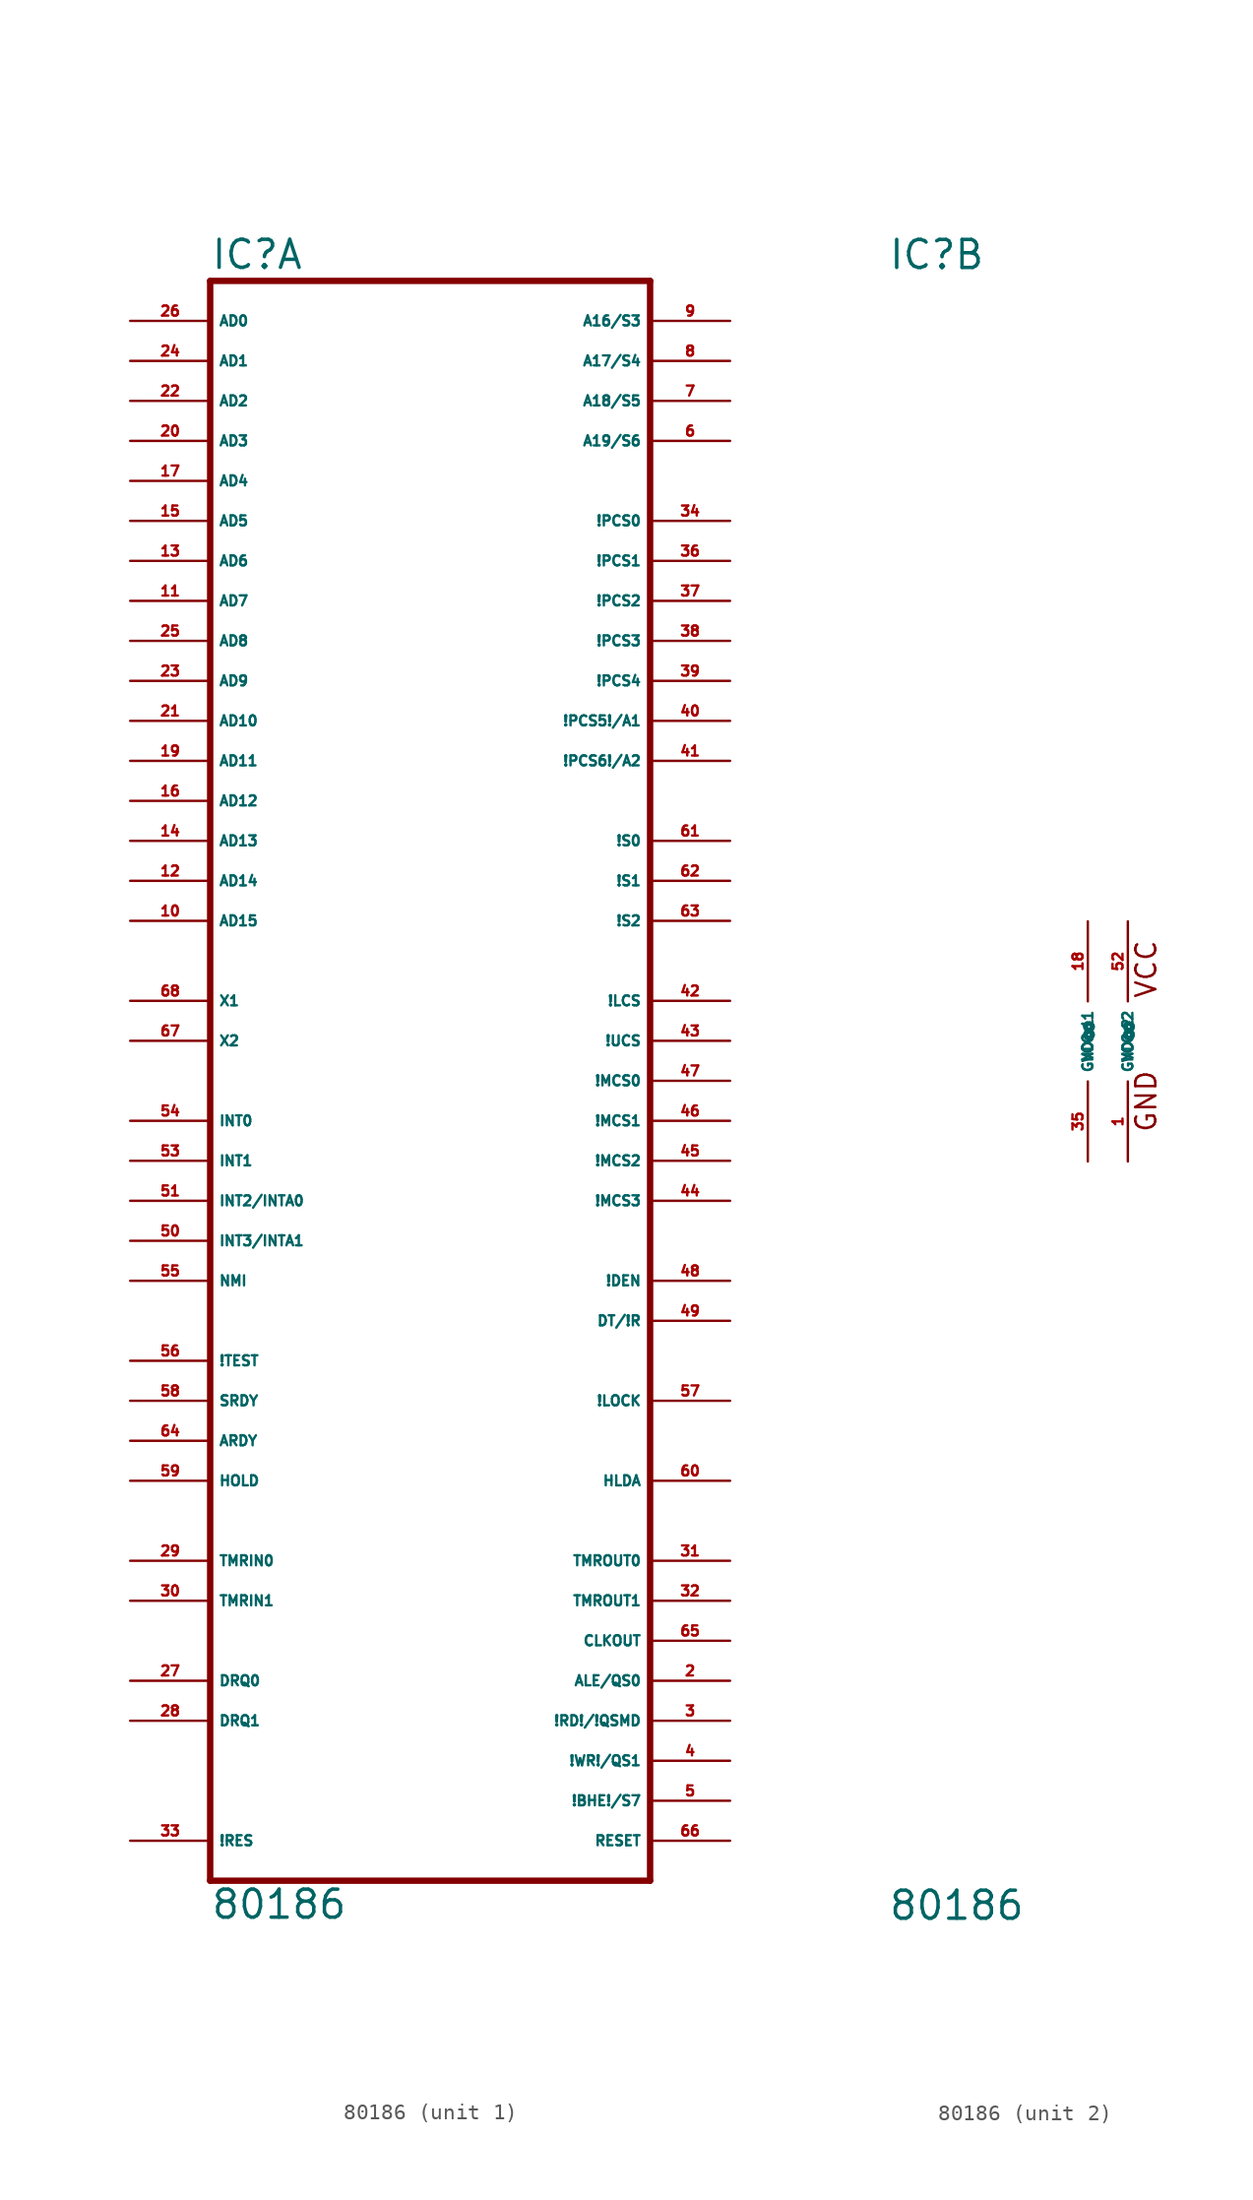
<source format=kicad_sym>
(kicad_symbol_lib
  (version 20220914)
  (generator Eagle2Kicad)
  (symbol "80186"
    (property "Reference" "IC"
      (at -15.24 48.895 0)
      (effects (font (size 1.778 1.778) (thickness 0.22)) (justify left bottom)))
    (property "Value" "80186"
      (at -15.24 -55.88 0)
      (effects (font (size 1.778 1.778) (thickness 0.22)) (justify left bottom)))
    (symbol "80186_1_0"
      (polyline (pts (xy 12.7 -53.34) (xy -15.24 -53.34)) (stroke (width 0.406) (type default)) (fill (type none)))
      (polyline (pts (xy -15.24 -53.34) (xy -15.24 48.26)) (stroke (width 0.406) (type default)) (fill (type none)))
      (polyline (pts (xy -15.24 48.26) (xy 12.7 48.26)) (stroke (width 0.406) (type default)) (fill (type none)))
      (polyline (pts (xy 12.7 48.26) (xy 12.7 -53.34)) (stroke (width 0.406) (type default)) (fill (type none)))
      (pin bidirectional line (at -20.32 45.72 0) (length 5.08) (name "AD0" (effects (font (size 0.635 0.635) (thickness 0.08)) (justify left bottom))) (number "26" (effects (font (size 0.635 0.635) (thickness 0.08)) (justify left bottom))))
      (pin bidirectional line (at -20.32 43.18 0) (length 5.08) (name "AD1" (effects (font (size 0.635 0.635) (thickness 0.08)) (justify left bottom))) (number "24" (effects (font (size 0.635 0.635) (thickness 0.08)) (justify left bottom))))
      (pin bidirectional line (at -20.32 40.64 0) (length 5.08) (name "AD2" (effects (font (size 0.635 0.635) (thickness 0.08)) (justify left bottom))) (number "22" (effects (font (size 0.635 0.635) (thickness 0.08)) (justify left bottom))))
      (pin bidirectional line (at -20.32 38.1 0) (length 5.08) (name "AD3" (effects (font (size 0.635 0.635) (thickness 0.08)) (justify left bottom))) (number "20" (effects (font (size 0.635 0.635) (thickness 0.08)) (justify left bottom))))
      (pin bidirectional line (at -20.32 35.56 0) (length 5.08) (name "AD4" (effects (font (size 0.635 0.635) (thickness 0.08)) (justify left bottom))) (number "17" (effects (font (size 0.635 0.635) (thickness 0.08)) (justify left bottom))))
      (pin bidirectional line (at -20.32 33.02 0) (length 5.08) (name "AD5" (effects (font (size 0.635 0.635) (thickness 0.08)) (justify left bottom))) (number "15" (effects (font (size 0.635 0.635) (thickness 0.08)) (justify left bottom))))
      (pin bidirectional line (at -20.32 30.48 0) (length 5.08) (name "AD6" (effects (font (size 0.635 0.635) (thickness 0.08)) (justify left bottom))) (number "13" (effects (font (size 0.635 0.635) (thickness 0.08)) (justify left bottom))))
      (pin bidirectional line (at -20.32 27.94 0) (length 5.08) (name "AD7" (effects (font (size 0.635 0.635) (thickness 0.08)) (justify left bottom))) (number "11" (effects (font (size 0.635 0.635) (thickness 0.08)) (justify left bottom))))
      (pin bidirectional line (at -20.32 25.4 0) (length 5.08) (name "AD8" (effects (font (size 0.635 0.635) (thickness 0.08)) (justify left bottom))) (number "25" (effects (font (size 0.635 0.635) (thickness 0.08)) (justify left bottom))))
      (pin bidirectional line (at -20.32 22.86 0) (length 5.08) (name "AD9" (effects (font (size 0.635 0.635) (thickness 0.08)) (justify left bottom))) (number "23" (effects (font (size 0.635 0.635) (thickness 0.08)) (justify left bottom))))
      (pin bidirectional line (at -20.32 20.32 0) (length 5.08) (name "AD10" (effects (font (size 0.635 0.635) (thickness 0.08)) (justify left bottom))) (number "21" (effects (font (size 0.635 0.635) (thickness 0.08)) (justify left bottom))))
      (pin bidirectional line (at -20.32 17.78 0) (length 5.08) (name "AD11" (effects (font (size 0.635 0.635) (thickness 0.08)) (justify left bottom))) (number "19" (effects (font (size 0.635 0.635) (thickness 0.08)) (justify left bottom))))
      (pin bidirectional line (at -20.32 15.24 0) (length 5.08) (name "AD12" (effects (font (size 0.635 0.635) (thickness 0.08)) (justify left bottom))) (number "16" (effects (font (size 0.635 0.635) (thickness 0.08)) (justify left bottom))))
      (pin bidirectional line (at -20.32 12.7 0) (length 5.08) (name "AD13" (effects (font (size 0.635 0.635) (thickness 0.08)) (justify left bottom))) (number "14" (effects (font (size 0.635 0.635) (thickness 0.08)) (justify left bottom))))
      (pin bidirectional line (at -20.32 10.16 0) (length 5.08) (name "AD14" (effects (font (size 0.635 0.635) (thickness 0.08)) (justify left bottom))) (number "12" (effects (font (size 0.635 0.635) (thickness 0.08)) (justify left bottom))))
      (pin bidirectional line (at -20.32 7.62 0) (length 5.08) (name "AD15" (effects (font (size 0.635 0.635) (thickness 0.08)) (justify left bottom))) (number "10" (effects (font (size 0.635 0.635) (thickness 0.08)) (justify left bottom))))
      (pin bidirectional line (at -20.32 -33.02 0) (length 5.08) (name "TMRIN0" (effects (font (size 0.635 0.635) (thickness 0.08)) (justify left bottom))) (number "29" (effects (font (size 0.635 0.635) (thickness 0.08)) (justify left bottom))))
      (pin bidirectional line (at -20.32 -35.56 0) (length 5.08) (name "TMRIN1" (effects (font (size 0.635 0.635) (thickness 0.08)) (justify left bottom))) (number "30" (effects (font (size 0.635 0.635) (thickness 0.08)) (justify left bottom))))
      (pin output line (at 17.78 -33.02 180) (length 5.08) (name "TMROUT0" (effects (font (size 0.635 0.635) (thickness 0.08)) (justify left bottom))) (number "31" (effects (font (size 0.635 0.635) (thickness 0.08)) (justify left bottom))))
      (pin output line (at 17.78 -35.56 180) (length 5.08) (name "TMROUT1" (effects (font (size 0.635 0.635) (thickness 0.08)) (justify left bottom))) (number "32" (effects (font (size 0.635 0.635) (thickness 0.08)) (justify left bottom))))
      (pin input line (at -20.32 -40.64 0) (length 5.08) (name "DRQ0" (effects (font (size 0.635 0.635) (thickness 0.08)) (justify left bottom))) (number "27" (effects (font (size 0.635 0.635) (thickness 0.08)) (justify left bottom))))
      (pin input line (at -20.32 -43.18 0) (length 5.08) (name "DRQ1" (effects (font (size 0.635 0.635) (thickness 0.08)) (justify left bottom))) (number "28" (effects (font (size 0.635 0.635) (thickness 0.08)) (justify left bottom))))
      (pin output line (at 17.78 45.72 180) (length 5.08) (name "A16/S3" (effects (font (size 0.635 0.635) (thickness 0.08)) (justify left bottom))) (number "9" (effects (font (size 0.635 0.635) (thickness 0.08)) (justify left bottom))))
      (pin output line (at 17.78 43.18 180) (length 5.08) (name "A17/S4" (effects (font (size 0.635 0.635) (thickness 0.08)) (justify left bottom))) (number "8" (effects (font (size 0.635 0.635) (thickness 0.08)) (justify left bottom))))
      (pin output line (at 17.78 40.64 180) (length 5.08) (name "A18/S5" (effects (font (size 0.635 0.635) (thickness 0.08)) (justify left bottom))) (number "7" (effects (font (size 0.635 0.635) (thickness 0.08)) (justify left bottom))))
      (pin output line (at 17.78 38.1 180) (length 5.08) (name "A19/S6" (effects (font (size 0.635 0.635) (thickness 0.08)) (justify left bottom))) (number "6" (effects (font (size 0.635 0.635) (thickness 0.08)) (justify left bottom))))
      (pin input line (at -20.32 -50.8 0) (length 5.08) (name "!RES" (effects (font (size 0.635 0.635) (thickness 0.08)) (justify left bottom))) (number "33" (effects (font (size 0.635 0.635) (thickness 0.08)) (justify left bottom))))
      (pin output line (at 17.78 33.02 180) (length 5.08) (name "!PCS0" (effects (font (size 0.635 0.635) (thickness 0.08)) (justify left bottom))) (number "34" (effects (font (size 0.635 0.635) (thickness 0.08)) (justify left bottom))))
      (pin output line (at 17.78 30.48 180) (length 5.08) (name "!PCS1" (effects (font (size 0.635 0.635) (thickness 0.08)) (justify left bottom))) (number "36" (effects (font (size 0.635 0.635) (thickness 0.08)) (justify left bottom))))
      (pin output line (at 17.78 27.94 180) (length 5.08) (name "!PCS2" (effects (font (size 0.635 0.635) (thickness 0.08)) (justify left bottom))) (number "37" (effects (font (size 0.635 0.635) (thickness 0.08)) (justify left bottom))))
      (pin output line (at 17.78 25.4 180) (length 5.08) (name "!PCS3" (effects (font (size 0.635 0.635) (thickness 0.08)) (justify left bottom))) (number "38" (effects (font (size 0.635 0.635) (thickness 0.08)) (justify left bottom))))
      (pin output line (at 17.78 22.86 180) (length 5.08) (name "!PCS4" (effects (font (size 0.635 0.635) (thickness 0.08)) (justify left bottom))) (number "39" (effects (font (size 0.635 0.635) (thickness 0.08)) (justify left bottom))))
      (pin output line (at 17.78 20.32 180) (length 5.08) (name "!PCS5!/A1" (effects (font (size 0.635 0.635) (thickness 0.08)) (justify left bottom))) (number "40" (effects (font (size 0.635 0.635) (thickness 0.08)) (justify left bottom))))
      (pin output line (at 17.78 17.78 180) (length 5.08) (name "!PCS6!/A2" (effects (font (size 0.635 0.635) (thickness 0.08)) (justify left bottom))) (number "41" (effects (font (size 0.635 0.635) (thickness 0.08)) (justify left bottom))))
      (pin output line (at 17.78 2.54 180) (length 5.08) (name "!LCS" (effects (font (size 0.635 0.635) (thickness 0.08)) (justify left bottom))) (number "42" (effects (font (size 0.635 0.635) (thickness 0.08)) (justify left bottom))))
      (pin output line (at 17.78 0 180) (length 5.08) (name "!UCS" (effects (font (size 0.635 0.635) (thickness 0.08)) (justify left bottom))) (number "43" (effects (font (size 0.635 0.635) (thickness 0.08)) (justify left bottom))))
      (pin output line (at 17.78 -2.54 180) (length 5.08) (name "!MCS0" (effects (font (size 0.635 0.635) (thickness 0.08)) (justify left bottom))) (number "47" (effects (font (size 0.635 0.635) (thickness 0.08)) (justify left bottom))))
      (pin output line (at 17.78 -5.08 180) (length 5.08) (name "!MCS1" (effects (font (size 0.635 0.635) (thickness 0.08)) (justify left bottom))) (number "46" (effects (font (size 0.635 0.635) (thickness 0.08)) (justify left bottom))))
      (pin output line (at 17.78 -7.62 180) (length 5.08) (name "!MCS2" (effects (font (size 0.635 0.635) (thickness 0.08)) (justify left bottom))) (number "45" (effects (font (size 0.635 0.635) (thickness 0.08)) (justify left bottom))))
      (pin output line (at 17.78 -10.16 180) (length 5.08) (name "!MCS3" (effects (font (size 0.635 0.635) (thickness 0.08)) (justify left bottom))) (number "44" (effects (font (size 0.635 0.635) (thickness 0.08)) (justify left bottom))))
      (pin output line (at 17.78 -15.24 180) (length 5.08) (name "!DEN" (effects (font (size 0.635 0.635) (thickness 0.08)) (justify left bottom))) (number "48" (effects (font (size 0.635 0.635) (thickness 0.08)) (justify left bottom))))
      (pin output line (at 17.78 -17.78 180) (length 5.08) (name "DT/!R" (effects (font (size 0.635 0.635) (thickness 0.08)) (justify left bottom))) (number "49" (effects (font (size 0.635 0.635) (thickness 0.08)) (justify left bottom))))
      (pin input line (at -20.32 -5.08 0) (length 5.08) (name "INT0" (effects (font (size 0.635 0.635) (thickness 0.08)) (justify left bottom))) (number "54" (effects (font (size 0.635 0.635) (thickness 0.08)) (justify left bottom))))
      (pin input line (at -20.32 -7.62 0) (length 5.08) (name "INT1" (effects (font (size 0.635 0.635) (thickness 0.08)) (justify left bottom))) (number "53" (effects (font (size 0.635 0.635) (thickness 0.08)) (justify left bottom))))
      (pin bidirectional line (at -20.32 -10.16 0) (length 5.08) (name "INT2/INTA0" (effects (font (size 0.635 0.635) (thickness 0.08)) (justify left bottom))) (number "51" (effects (font (size 0.635 0.635) (thickness 0.08)) (justify left bottom))))
      (pin bidirectional line (at -20.32 -12.7 0) (length 5.08) (name "INT3/INTA1" (effects (font (size 0.635 0.635) (thickness 0.08)) (justify left bottom))) (number "50" (effects (font (size 0.635 0.635) (thickness 0.08)) (justify left bottom))))
      (pin bidirectional line (at -20.32 -15.24 0) (length 5.08) (name "NMI" (effects (font (size 0.635 0.635) (thickness 0.08)) (justify left bottom))) (number "55" (effects (font (size 0.635 0.635) (thickness 0.08)) (justify left bottom))))
      (pin bidirectional line (at -20.32 -20.32 0) (length 5.08) (name "!TEST" (effects (font (size 0.635 0.635) (thickness 0.08)) (justify left bottom))) (number "56" (effects (font (size 0.635 0.635) (thickness 0.08)) (justify left bottom))))
      (pin output line (at 17.78 -22.86 180) (length 5.08) (name "!LOCK" (effects (font (size 0.635 0.635) (thickness 0.08)) (justify left bottom))) (number "57" (effects (font (size 0.635 0.635) (thickness 0.08)) (justify left bottom))))
      (pin input line (at -20.32 -22.86 0) (length 5.08) (name "SRDY" (effects (font (size 0.635 0.635) (thickness 0.08)) (justify left bottom))) (number "58" (effects (font (size 0.635 0.635) (thickness 0.08)) (justify left bottom))))
      (pin input line (at -20.32 -27.94 0) (length 5.08) (name "HOLD" (effects (font (size 0.635 0.635) (thickness 0.08)) (justify left bottom))) (number "59" (effects (font (size 0.635 0.635) (thickness 0.08)) (justify left bottom))))
      (pin output line (at 17.78 -27.94 180) (length 5.08) (name "HLDA" (effects (font (size 0.635 0.635) (thickness 0.08)) (justify left bottom))) (number "60" (effects (font (size 0.635 0.635) (thickness 0.08)) (justify left bottom))))
      (pin output line (at 17.78 12.7 180) (length 5.08) (name "!S0" (effects (font (size 0.635 0.635) (thickness 0.08)) (justify left bottom))) (number "61" (effects (font (size 0.635 0.635) (thickness 0.08)) (justify left bottom))))
      (pin output line (at 17.78 10.16 180) (length 5.08) (name "!S1" (effects (font (size 0.635 0.635) (thickness 0.08)) (justify left bottom))) (number "62" (effects (font (size 0.635 0.635) (thickness 0.08)) (justify left bottom))))
      (pin output line (at 17.78 7.62 180) (length 5.08) (name "!S2" (effects (font (size 0.635 0.635) (thickness 0.08)) (justify left bottom))) (number "63" (effects (font (size 0.635 0.635) (thickness 0.08)) (justify left bottom))))
      (pin input line (at -20.32 -25.4 0) (length 5.08) (name "ARDY" (effects (font (size 0.635 0.635) (thickness 0.08)) (justify left bottom))) (number "64" (effects (font (size 0.635 0.635) (thickness 0.08)) (justify left bottom))))
      (pin output line (at 17.78 -38.1 180) (length 5.08) (name "CLKOUT" (effects (font (size 0.635 0.635) (thickness 0.08)) (justify left bottom))) (number "65" (effects (font (size 0.635 0.635) (thickness 0.08)) (justify left bottom))))
      (pin output line (at 17.78 -50.8 180) (length 5.08) (name "RESET" (effects (font (size 0.635 0.635) (thickness 0.08)) (justify left bottom))) (number "66" (effects (font (size 0.635 0.635) (thickness 0.08)) (justify left bottom))))
      (pin output line (at -20.32 2.54 0) (length 5.08) (name "X1" (effects (font (size 0.635 0.635) (thickness 0.08)) (justify left bottom))) (number "68" (effects (font (size 0.635 0.635) (thickness 0.08)) (justify left bottom))))
      (pin output line (at -20.32 0 0) (length 5.08) (name "X2" (effects (font (size 0.635 0.635) (thickness 0.08)) (justify left bottom))) (number "67" (effects (font (size 0.635 0.635) (thickness 0.08)) (justify left bottom))))
      (pin output line (at 17.78 -40.64 180) (length 5.08) (name "ALE/QS0" (effects (font (size 0.635 0.635) (thickness 0.08)) (justify left bottom))) (number "2" (effects (font (size 0.635 0.635) (thickness 0.08)) (justify left bottom))))
      (pin output line (at 17.78 -43.18 180) (length 5.08) (name "!RD!/!QSMD" (effects (font (size 0.635 0.635) (thickness 0.08)) (justify left bottom))) (number "3" (effects (font (size 0.635 0.635) (thickness 0.08)) (justify left bottom))))
      (pin output line (at 17.78 -45.72 180) (length 5.08) (name "!WR!/QS1" (effects (font (size 0.635 0.635) (thickness 0.08)) (justify left bottom))) (number "4" (effects (font (size 0.635 0.635) (thickness 0.08)) (justify left bottom))))
      (pin output line (at 17.78 -48.26 180) (length 5.08) (name "!BHE!/S7" (effects (font (size 0.635 0.635) (thickness 0.08)) (justify left bottom))) (number "5" (effects (font (size 0.635 0.635) (thickness 0.08)) (justify left bottom)))))
    (symbol "80186_2_0"
      (text "VCC" (at 1.905 2.667 900) (effects (font (size 1.27 1.27) (thickness 0.16)) (justify left bottom)))
      (text "GND" (at 1.905 -5.842 900) (effects (font (size 1.27 1.27) (thickness 0.16)) (justify left bottom)))
      (pin unspecified line (at -2.54 -7.62 90) (length 5.08) (name "GND@1" (effects (font (size 0.635 0.635) (thickness 0.08)) (justify left bottom))) (number "35" (effects (font (size 0.635 0.635) (thickness 0.08)) (justify left bottom))))
      (pin unspecified line (at 0 -7.62 90) (length 5.08) (name "GND@2" (effects (font (size 0.635 0.635) (thickness 0.08)) (justify left bottom))) (number "1" (effects (font (size 0.635 0.635) (thickness 0.08)) (justify left bottom))))
      (pin unspecified line (at -2.54 7.62 270) (length 5.08) (name "VCC@1" (effects (font (size 0.635 0.635) (thickness 0.08)) (justify left bottom))) (number "18" (effects (font (size 0.635 0.635) (thickness 0.08)) (justify left bottom))))
      (pin unspecified line (at 0 7.62 270) (length 5.08) (name "VCC@2" (effects (font (size 0.635 0.635) (thickness 0.08)) (justify left bottom))) (number "52" (effects (font (size 0.635 0.635) (thickness 0.08)) (justify left bottom)))))))
</source>
